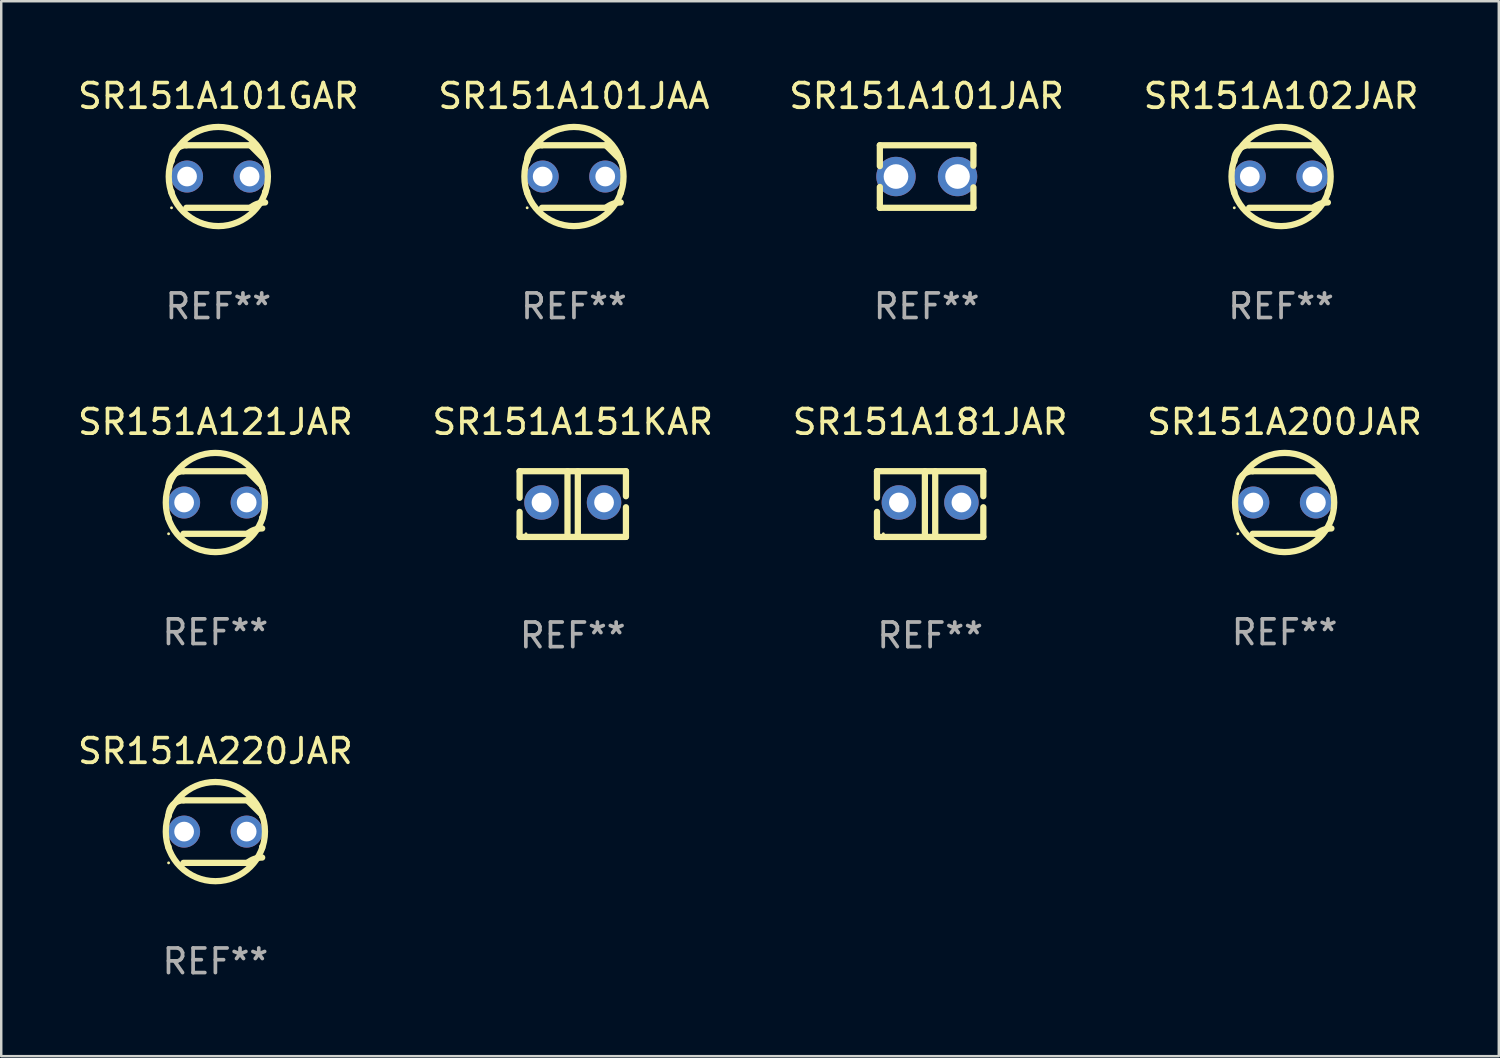
<source format=kicad_pcb>
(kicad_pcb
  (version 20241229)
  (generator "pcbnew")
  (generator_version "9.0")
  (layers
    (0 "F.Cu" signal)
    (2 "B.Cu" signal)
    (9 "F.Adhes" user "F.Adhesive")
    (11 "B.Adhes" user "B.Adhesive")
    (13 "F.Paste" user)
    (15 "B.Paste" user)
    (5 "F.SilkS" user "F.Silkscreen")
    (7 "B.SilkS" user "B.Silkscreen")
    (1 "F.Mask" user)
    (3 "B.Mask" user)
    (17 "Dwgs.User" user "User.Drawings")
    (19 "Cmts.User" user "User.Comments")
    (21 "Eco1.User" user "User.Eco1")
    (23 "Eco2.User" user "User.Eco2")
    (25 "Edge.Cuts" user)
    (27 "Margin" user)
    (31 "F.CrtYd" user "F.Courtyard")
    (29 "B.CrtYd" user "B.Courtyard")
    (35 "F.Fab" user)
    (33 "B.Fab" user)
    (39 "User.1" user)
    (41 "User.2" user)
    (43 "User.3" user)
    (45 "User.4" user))
  (footprint "SR151A151KAR"
    (layer "F.Cu")
    (at 20.208 17.418)
    (property "Reference" "SR151A151KAR" (at 0 -3.334 0) (layer "F.SilkS") (effects (font (size 1 1) (thickness 0.15))))
    (attr through_hole)
    (fp_line (start -2.159 -1.334) (end 2.159 -1.334) (stroke (width 0.254) (type solid)) (layer "F.SilkS"))
    (fp_line (start -2.159 -0.256) (end -2.159 -1.334) (stroke (width 0.254) (type solid)) (layer "F.SilkS"))
    (fp_line (start -2.159 1.334) (end -2.159 0.318) (stroke (width 0.254) (type solid)) (layer "F.SilkS"))
    (fp_line (start -0.214 -1.334) (end -0.214 1.207) (stroke (width 0.254) (type solid)) (layer "F.SilkS"))
    (fp_line (start 0.205 -1.334) (end 0.205 1.207) (stroke (width 0.254) (type solid)) (layer "F.SilkS"))
    (fp_line (start 2.159 -1.334) (end 2.159 -0.318) (stroke (width 0.254) (type solid)) (layer "F.SilkS"))
    (fp_line (start 2.159 0.129) (end 2.159 1.334) (stroke (width 0.254) (type solid)) (layer "F.SilkS"))
    (fp_line (start 2.159 1.334) (end -2.159 1.334) (stroke (width 0.254) (type solid)) (layer "F.SilkS"))
    (fp_circle (center -1.9 1.207) (end -1.87 1.207) (stroke (width 0.06) (type solid)) (fill no) (layer "F.SilkS"))
    (fp_text user "REF**" (at 0 5.334 0) (layer "F.Fab") (effects (font (size 1 1) (thickness 0.15))))
    (pad "1" thru_hole circle (at -1.27 -0.064) (size 1.4 1.4) (drill 0.8) (layers "*.Cu" "*.Mask"))
    (pad "2" thru_hole circle (at 1.27 -0.064) (size 1.4 1.4) (drill 0.8) (layers "*.Cu" "*.Mask")))
  (footprint "SR151A101JAA"
    (layer "F.Cu")
    (at 20.256 4.118)
    (property "Reference" "SR151A101JAA" (at 0 -3.27 0) (layer "F.SilkS") (effects (font (size 1 1) (thickness 0.15))))
    (attr through_hole)
    (fp_line (start -1.9 -0.615) (end -1.9 -0.668) (stroke (width 0.254) (type solid)) (layer "F.SilkS"))
    (fp_line (start -1.9 0.668) (end -1.9 0.615) (stroke (width 0.254) (type solid)) (layer "F.SilkS"))
    (fp_line (start -1.298 1.27) (end 1.298 1.27) (stroke (width 0.254) (type solid)) (layer "F.SilkS"))
    (fp_line (start -1.298 -1.27) (end 1.298 -1.27) (stroke (width 0.254) (type solid)) (layer "F.SilkS"))
    (fp_line (start 1.9 -0.668) (end 1.9 -0.615) (stroke (width 0.254) (type solid)) (layer "F.SilkS"))
    (fp_line (start 1.9 0.615) (end 1.9 0.668) (stroke (width 0.254) (type solid)) (layer "F.SilkS"))
    (fp_arc (start -1.900025 0.667602) (mid 1.900003 -0.66758) (end -1.900025 0.667602) (stroke (width 0.254001) (type solid)) (layer "F.SilkS"))
    (fp_arc (start -1.9 -0.667602) (mid -1.723557 -1.093572) (end -1.297587 -1.270015) (stroke (width 0.254001) (type solid)) (layer "F.SilkS"))
    (fp_arc (start 1.297587 1.26999) (mid 1.579878 1.109027) (end 1.9 1.053172) (stroke (width 0.254001) (type solid)) (layer "F.SilkS"))
    (fp_arc (start 1.297611 -1.270042) (mid 1.598991 -0.969008) (end 1.900025 -0.667628) (stroke (width 0.254001) (type solid)) (layer "F.SilkS"))
    (fp_circle (center -1.9 1.27) (end -1.87 1.27) (stroke (width 0.06) (type solid)) (fill no) (layer "F.SilkS"))
    (fp_text user "REF**" (at 0 5.27 0) (layer "F.Fab") (effects (font (size 1 1) (thickness 0.15))))
    (pad "1" thru_hole circle (at -1.27 -0.000013) (size 1.3 1.3) (drill 0.8) (layers "*.Cu" "*.Mask"))
    (pad "2" thru_hole circle (at 1.27 -0.000013) (size 1.3 1.3) (drill 0.8) (layers "*.Cu" "*.Mask")))
  (footprint "SR151A220JAR"
    (layer "F.Cu")
    (at 5.696 30.718)
    (property "Reference" "SR151A220JAR" (at 0 -3.27 0) (layer "F.SilkS") (effects (font (size 1 1) (thickness 0.15))))
    (attr through_hole)
    (fp_line (start -1.9 -0.615) (end -1.9 -0.668) (stroke (width 0.254) (type solid)) (layer "F.SilkS"))
    (fp_line (start -1.9 0.668) (end -1.9 0.615) (stroke (width 0.254) (type solid)) (layer "F.SilkS"))
    (fp_line (start -1.298 1.27) (end 1.298 1.27) (stroke (width 0.254) (type solid)) (layer "F.SilkS"))
    (fp_line (start -1.298 -1.27) (end 1.298 -1.27) (stroke (width 0.254) (type solid)) (layer "F.SilkS"))
    (fp_line (start 1.9 -0.668) (end 1.9 -0.615) (stroke (width 0.254) (type solid)) (layer "F.SilkS"))
    (fp_line (start 1.9 0.615) (end 1.9 0.668) (stroke (width 0.254) (type solid)) (layer "F.SilkS"))
    (fp_arc (start -1.900025 0.667602) (mid 1.900003 -0.66758) (end -1.900025 0.667602) (stroke (width 0.254001) (type solid)) (layer "F.SilkS"))
    (fp_arc (start -1.9 -0.667602) (mid -1.723557 -1.093572) (end -1.297587 -1.270015) (stroke (width 0.254001) (type solid)) (layer "F.SilkS"))
    (fp_arc (start 1.297587 1.26999) (mid 1.579878 1.109027) (end 1.9 1.053172) (stroke (width 0.254001) (type solid)) (layer "F.SilkS"))
    (fp_arc (start 1.297611 -1.270042) (mid 1.598991 -0.969008) (end 1.900025 -0.667628) (stroke (width 0.254001) (type solid)) (layer "F.SilkS"))
    (fp_circle (center -1.9 1.27) (end -1.87 1.27) (stroke (width 0.06) (type solid)) (fill no) (layer "F.SilkS"))
    (fp_text user "REF**" (at 0 5.27 0) (layer "F.Fab") (effects (font (size 1 1) (thickness 0.15))))
    (pad "1" thru_hole circle (at -1.27 -0.000013) (size 1.3 1.3) (drill 0.8) (layers "*.Cu" "*.Mask"))
    (pad "2" thru_hole circle (at 1.27 -0.000013) (size 1.3 1.3) (drill 0.8) (layers "*.Cu" "*.Mask")))
  (footprint "SR151A181JAR"
    (layer "F.Cu")
    (at 34.72 17.418)
    (property "Reference" "SR151A181JAR" (at 0 -3.334 0) (layer "F.SilkS") (effects (font (size 1 1) (thickness 0.15))))
    (attr through_hole)
    (fp_line (start -2.159 -1.334) (end 2.159 -1.334) (stroke (width 0.254) (type solid)) (layer "F.SilkS"))
    (fp_line (start -2.159 -0.256) (end -2.159 -1.334) (stroke (width 0.254) (type solid)) (layer "F.SilkS"))
    (fp_line (start -2.159 1.334) (end -2.159 0.318) (stroke (width 0.254) (type solid)) (layer "F.SilkS"))
    (fp_line (start -0.214 -1.334) (end -0.214 1.207) (stroke (width 0.254) (type solid)) (layer "F.SilkS"))
    (fp_line (start 0.205 -1.334) (end 0.205 1.207) (stroke (width 0.254) (type solid)) (layer "F.SilkS"))
    (fp_line (start 2.159 -1.334) (end 2.159 -0.318) (stroke (width 0.254) (type solid)) (layer "F.SilkS"))
    (fp_line (start 2.159 0.129) (end 2.159 1.334) (stroke (width 0.254) (type solid)) (layer "F.SilkS"))
    (fp_line (start 2.159 1.334) (end -2.159 1.334) (stroke (width 0.254) (type solid)) (layer "F.SilkS"))
    (fp_circle (center -1.9 1.207) (end -1.87 1.207) (stroke (width 0.06) (type solid)) (fill no) (layer "F.SilkS"))
    (fp_text user "REF**" (at 0 5.334 0) (layer "F.Fab") (effects (font (size 1 1) (thickness 0.15))))
    (pad "1" thru_hole circle (at -1.27 -0.064) (size 1.4 1.4) (drill 0.8) (layers "*.Cu" "*.Mask"))
    (pad "2" thru_hole circle (at 1.27 -0.064) (size 1.4 1.4) (drill 0.8) (layers "*.Cu" "*.Mask")))
  (footprint "SR151A121JAR"
    (layer "F.Cu")
    (at 5.696 17.355)
    (property "Reference" "SR151A121JAR" (at 0 -3.27 0) (layer "F.SilkS") (effects (font (size 1 1) (thickness 0.15))))
    (attr through_hole)
    (fp_line (start -1.9 -0.615) (end -1.9 -0.668) (stroke (width 0.254) (type solid)) (layer "F.SilkS"))
    (fp_line (start -1.9 0.668) (end -1.9 0.615) (stroke (width 0.254) (type solid)) (layer "F.SilkS"))
    (fp_line (start -1.298 1.27) (end 1.298 1.27) (stroke (width 0.254) (type solid)) (layer "F.SilkS"))
    (fp_line (start -1.298 -1.27) (end 1.298 -1.27) (stroke (width 0.254) (type solid)) (layer "F.SilkS"))
    (fp_line (start 1.9 -0.668) (end 1.9 -0.615) (stroke (width 0.254) (type solid)) (layer "F.SilkS"))
    (fp_line (start 1.9 0.615) (end 1.9 0.668) (stroke (width 0.254) (type solid)) (layer "F.SilkS"))
    (fp_arc (start -1.900025 0.667602) (mid 1.900003 -0.66758) (end -1.900025 0.667602) (stroke (width 0.254001) (type solid)) (layer "F.SilkS"))
    (fp_arc (start -1.9 -0.667602) (mid -1.723557 -1.093572) (end -1.297587 -1.270015) (stroke (width 0.254001) (type solid)) (layer "F.SilkS"))
    (fp_arc (start 1.297587 1.26999) (mid 1.579878 1.109027) (end 1.9 1.053172) (stroke (width 0.254001) (type solid)) (layer "F.SilkS"))
    (fp_arc (start 1.297611 -1.270042) (mid 1.598991 -0.969008) (end 1.900025 -0.667628) (stroke (width 0.254001) (type solid)) (layer "F.SilkS"))
    (fp_circle (center -1.9 1.27) (end -1.87 1.27) (stroke (width 0.06) (type solid)) (fill no) (layer "F.SilkS"))
    (fp_text user "REF**" (at 0 5.27 0) (layer "F.Fab") (effects (font (size 1 1) (thickness 0.15))))
    (pad "1" thru_hole circle (at -1.27 -0.000013) (size 1.3 1.3) (drill 0.8) (layers "*.Cu" "*.Mask"))
    (pad "2" thru_hole circle (at 1.27 -0.000013) (size 1.3 1.3) (drill 0.8) (layers "*.Cu" "*.Mask")))
  (footprint "SR151A102JAR"
    (layer "F.Cu")
    (at 48.97 4.118)
    (property "Reference" "SR151A102JAR" (at 0 -3.27 0) (layer "F.SilkS") (effects (font (size 1 1) (thickness 0.15))))
    (attr through_hole)
    (fp_line (start -1.9 -0.615) (end -1.9 -0.668) (stroke (width 0.254) (type solid)) (layer "F.SilkS"))
    (fp_line (start -1.9 0.668) (end -1.9 0.615) (stroke (width 0.254) (type solid)) (layer "F.SilkS"))
    (fp_line (start -1.298 1.27) (end 1.298 1.27) (stroke (width 0.254) (type solid)) (layer "F.SilkS"))
    (fp_line (start -1.298 -1.27) (end 1.298 -1.27) (stroke (width 0.254) (type solid)) (layer "F.SilkS"))
    (fp_line (start 1.9 -0.668) (end 1.9 -0.615) (stroke (width 0.254) (type solid)) (layer "F.SilkS"))
    (fp_line (start 1.9 0.615) (end 1.9 0.668) (stroke (width 0.254) (type solid)) (layer "F.SilkS"))
    (fp_arc (start -1.900025 0.667602) (mid 1.900003 -0.66758) (end -1.900025 0.667602) (stroke (width 0.254001) (type solid)) (layer "F.SilkS"))
    (fp_arc (start -1.9 -0.667602) (mid -1.723557 -1.093572) (end -1.297587 -1.270015) (stroke (width 0.254001) (type solid)) (layer "F.SilkS"))
    (fp_arc (start 1.297587 1.26999) (mid 1.579878 1.109027) (end 1.9 1.053172) (stroke (width 0.254001) (type solid)) (layer "F.SilkS"))
    (fp_arc (start 1.297611 -1.270042) (mid 1.598991 -0.969008) (end 1.900025 -0.667628) (stroke (width 0.254001) (type solid)) (layer "F.SilkS"))
    (fp_circle (center -1.9 1.27) (end -1.87 1.27) (stroke (width 0.06) (type solid)) (fill no) (layer "F.SilkS"))
    (fp_text user "REF**" (at 0 5.27 0) (layer "F.Fab") (effects (font (size 1 1) (thickness 0.15))))
    (pad "1" thru_hole circle (at -1.27 -0.000013) (size 1.3 1.3) (drill 0.8) (layers "*.Cu" "*.Mask"))
    (pad "2" thru_hole circle (at 1.27 -0.000013) (size 1.3 1.3) (drill 0.8) (layers "*.Cu" "*.Mask")))
  (footprint "SR151A101JAR"
    (layer "F.Cu")
    (at 34.577 4.118)
    (property "Reference" "SR151A101JAR" (at 0 -3.27 0) (layer "F.SilkS") (effects (font (size 1 1) (thickness 0.15))))
    (attr through_hole)
    (fp_line (start -1.9 -1.27) (end -1.9 -0.423) (stroke (width 0.254) (type solid)) (layer "F.SilkS"))
    (fp_line (start -1.9 -1.27) (end 1.9 -1.27) (stroke (width 0.254) (type solid)) (layer "F.SilkS"))
    (fp_line (start -1.9 0.423) (end -1.9 1.27) (stroke (width 0.254) (type solid)) (layer "F.SilkS"))
    (fp_line (start -1.9 1.27) (end 1.9 1.27) (stroke (width 0.254) (type solid)) (layer "F.SilkS"))
    (fp_line (start 1.9 -1.27) (end 1.9 -0.439) (stroke (width 0.254) (type solid)) (layer "F.SilkS"))
    (fp_line (start 1.9 0.439) (end 1.9 1.27) (stroke (width 0.254) (type solid)) (layer "F.SilkS"))
    (fp_circle (center -1.895 1.25) (end -1.865 1.25) (stroke (width 0.06) (type solid)) (fill no) (layer "F.SilkS"))
    (fp_text user "REF**" (at 0 5.27 0) (layer "F.Fab") (effects (font (size 1 1) (thickness 0.15))))
    (pad "1" thru_hole circle (at -1.245 0) (size 1.6 1.6) (drill 1) (layers "*.Cu" "*.Mask"))
    (pad "2" thru_hole circle (at 1.255 0) (size 1.6 1.6) (drill 1) (layers "*.Cu" "*.Mask")))
  (footprint "SR151A101GAR"
    (layer "F.Cu")
    (at 5.815 4.118)
    (property "Reference" "SR151A101GAR" (at 0 -3.27 0) (layer "F.SilkS") (effects (font (size 1 1) (thickness 0.15))))
    (attr through_hole)
    (fp_line (start -1.9 -0.615) (end -1.9 -0.668) (stroke (width 0.254) (type solid)) (layer "F.SilkS"))
    (fp_line (start -1.9 0.668) (end -1.9 0.615) (stroke (width 0.254) (type solid)) (layer "F.SilkS"))
    (fp_line (start -1.298 1.27) (end 1.298 1.27) (stroke (width 0.254) (type solid)) (layer "F.SilkS"))
    (fp_line (start -1.298 -1.27) (end 1.298 -1.27) (stroke (width 0.254) (type solid)) (layer "F.SilkS"))
    (fp_line (start 1.9 -0.668) (end 1.9 -0.615) (stroke (width 0.254) (type solid)) (layer "F.SilkS"))
    (fp_line (start 1.9 0.615) (end 1.9 0.668) (stroke (width 0.254) (type solid)) (layer "F.SilkS"))
    (fp_arc (start -1.900025 0.667602) (mid 1.900003 -0.66758) (end -1.900025 0.667602) (stroke (width 0.254001) (type solid)) (layer "F.SilkS"))
    (fp_arc (start -1.9 -0.667602) (mid -1.723557 -1.093572) (end -1.297587 -1.270015) (stroke (width 0.254001) (type solid)) (layer "F.SilkS"))
    (fp_arc (start 1.297587 1.26999) (mid 1.579878 1.109027) (end 1.9 1.053172) (stroke (width 0.254001) (type solid)) (layer "F.SilkS"))
    (fp_arc (start 1.297611 -1.270042) (mid 1.598991 -0.969008) (end 1.900025 -0.667628) (stroke (width 0.254001) (type solid)) (layer "F.SilkS"))
    (fp_circle (center -1.9 1.27) (end -1.87 1.27) (stroke (width 0.06) (type solid)) (fill no) (layer "F.SilkS"))
    (fp_text user "REF**" (at 0 5.27 0) (layer "F.Fab") (effects (font (size 1 1) (thickness 0.15))))
    (pad "1" thru_hole circle (at -1.27 -0.000013) (size 1.3 1.3) (drill 0.8) (layers "*.Cu" "*.Mask"))
    (pad "2" thru_hole circle (at 1.27 -0.000013) (size 1.3 1.3) (drill 0.8) (layers "*.Cu" "*.Mask")))
  (footprint "SR151A200JAR"
    (layer "F.Cu")
    (at 49.113 17.355)
    (property "Reference" "SR151A200JAR" (at 0 -3.27 0) (layer "F.SilkS") (effects (font (size 1 1) (thickness 0.15))))
    (attr through_hole)
    (fp_line (start -1.9 -0.615) (end -1.9 -0.668) (stroke (width 0.254) (type solid)) (layer "F.SilkS"))
    (fp_line (start -1.9 0.668) (end -1.9 0.615) (stroke (width 0.254) (type solid)) (layer "F.SilkS"))
    (fp_line (start -1.298 1.27) (end 1.298 1.27) (stroke (width 0.254) (type solid)) (layer "F.SilkS"))
    (fp_line (start -1.298 -1.27) (end 1.298 -1.27) (stroke (width 0.254) (type solid)) (layer "F.SilkS"))
    (fp_line (start 1.9 -0.668) (end 1.9 -0.615) (stroke (width 0.254) (type solid)) (layer "F.SilkS"))
    (fp_line (start 1.9 0.615) (end 1.9 0.668) (stroke (width 0.254) (type solid)) (layer "F.SilkS"))
    (fp_arc (start -1.900025 0.667602) (mid 1.900003 -0.66758) (end -1.900025 0.667602) (stroke (width 0.254001) (type solid)) (layer "F.SilkS"))
    (fp_arc (start -1.9 -0.667602) (mid -1.723557 -1.093572) (end -1.297587 -1.270015) (stroke (width 0.254001) (type solid)) (layer "F.SilkS"))
    (fp_arc (start 1.297587 1.26999) (mid 1.579878 1.109027) (end 1.9 1.053172) (stroke (width 0.254001) (type solid)) (layer "F.SilkS"))
    (fp_arc (start 1.297611 -1.270042) (mid 1.598991 -0.969008) (end 1.900025 -0.667628) (stroke (width 0.254001) (type solid)) (layer "F.SilkS"))
    (fp_circle (center -1.9 1.27) (end -1.87 1.27) (stroke (width 0.06) (type solid)) (fill no) (layer "F.SilkS"))
    (fp_text user "REF**" (at 0 5.27 0) (layer "F.Fab") (effects (font (size 1 1) (thickness 0.15))))
    (pad "1" thru_hole circle (at -1.27 -0.000013) (size 1.3 1.3) (drill 0.8) (layers "*.Cu" "*.Mask"))
    (pad "2" thru_hole circle (at 1.27 -0.000013) (size 1.3 1.3) (drill 0.8) (layers "*.Cu" "*.Mask")))
  (gr_rect
    (start -3 -3)
    (end 57.81 39.837)
    (stroke (width 0.1) (type default))
    (fill no)
    (layer "Edge.Cuts")))
</source>
